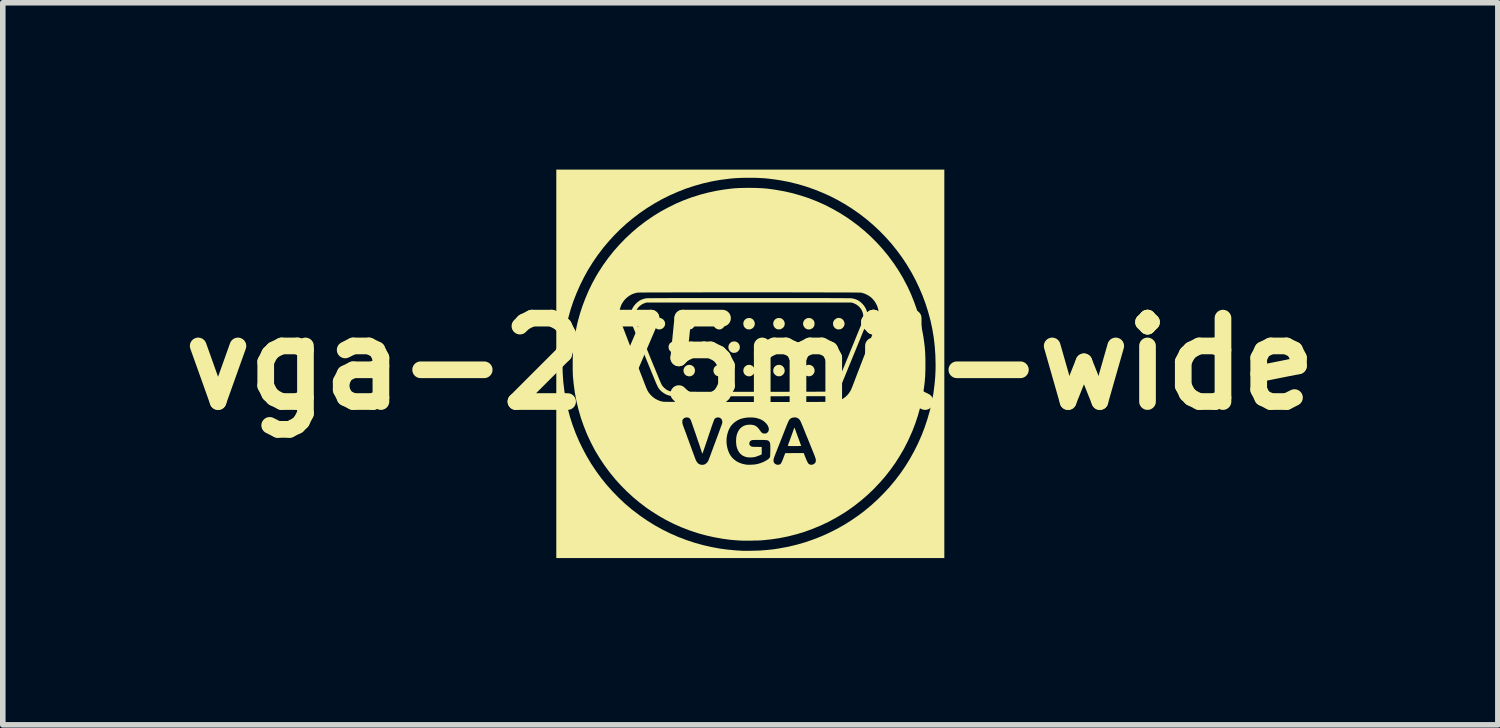
<source format=kicad_pcb>
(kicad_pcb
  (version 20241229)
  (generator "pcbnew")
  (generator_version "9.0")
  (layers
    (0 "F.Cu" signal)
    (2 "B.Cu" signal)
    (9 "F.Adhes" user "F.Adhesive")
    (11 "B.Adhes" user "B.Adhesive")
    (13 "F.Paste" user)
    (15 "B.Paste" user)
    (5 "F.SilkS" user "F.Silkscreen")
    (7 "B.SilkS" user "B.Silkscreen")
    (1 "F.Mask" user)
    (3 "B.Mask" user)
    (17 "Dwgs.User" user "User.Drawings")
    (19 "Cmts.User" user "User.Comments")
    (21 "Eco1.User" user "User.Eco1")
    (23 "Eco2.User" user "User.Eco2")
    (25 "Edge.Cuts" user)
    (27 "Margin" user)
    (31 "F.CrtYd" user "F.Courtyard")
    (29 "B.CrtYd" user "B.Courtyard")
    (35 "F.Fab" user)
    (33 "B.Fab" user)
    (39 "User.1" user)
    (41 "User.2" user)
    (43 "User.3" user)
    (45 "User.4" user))
  (footprint "vga-275mil-wide"
    (layer "F.Cu")
    (at 10.443 3.493)
    (property "Reference" "vga-275mil-wide" (at 0 0 0) (layer "F.SilkS") (effects (font (size 1.5 1.5) (thickness 0.3))))
    (attr board_only exclude_from_pos_files exclude_from_bom)
    (fp_poly (pts (xy -0.535 -0.822) (xy -0.513 -0.814) (xy -0.494 -0.801) (xy -0.477 -0.784) (xy -0.465 -0.763) (xy -0.458 -0.739) (xy -0.457 -0.726) (xy -0.46 -0.699) (xy -0.468 -0.676) (xy -0.482 -0.655) (xy -0.487 -0.65) (xy -0.51 -0.632) (xy -0.534 -0.621) (xy -0.56 -0.618) (xy -0.586 -0.622) (xy -0.606 -0.63) (xy -0.629 -0.645) (xy -0.647 -0.665) (xy -0.659 -0.687) (xy -0.664 -0.712) (xy -0.663 -0.738) (xy -0.656 -0.763) (xy -0.644 -0.782) (xy -0.626 -0.802) (xy -0.605 -0.815) (xy -0.582 -0.823) (xy -0.559 -0.825)) (stroke (width 0) (type solid)) (fill yes) (layer "F.SilkS"))
    (fp_poly (pts (xy -0.526 0.023) (xy -0.503 0.035) (xy -0.486 0.049) (xy -0.471 0.07) (xy -0.461 0.094) (xy -0.457 0.12) (xy -0.459 0.145) (xy -0.466 0.164) (xy -0.481 0.186) (xy -0.5 0.204) (xy -0.523 0.217) (xy -0.548 0.224) (xy -0.574 0.224) (xy -0.58 0.223) (xy -0.606 0.215) (xy -0.628 0.2) (xy -0.645 0.181) (xy -0.657 0.157) (xy -0.663 0.131) (xy -0.663 0.121) (xy -0.66 0.094) (xy -0.651 0.071) (xy -0.637 0.051) (xy -0.618 0.036) (xy -0.597 0.025) (xy -0.574 0.019) (xy -0.55 0.018)) (stroke (width 0) (type solid)) (fill yes) (layer "F.SilkS"))
    (fp_poly (pts (xy 0.008 -0.821) (xy 0.03 -0.811) (xy 0.05 -0.796) (xy 0.065 -0.776) (xy 0.076 -0.752) (xy 0.081 -0.725) (xy 0.081 -0.722) (xy 0.078 -0.696) (xy 0.068 -0.672) (xy 0.053 -0.652) (xy 0.034 -0.636) (xy 0.012 -0.625) (xy -0.012 -0.619) (xy -0.038 -0.619) (xy -0.058 -0.624) (xy -0.082 -0.636) (xy -0.101 -0.653) (xy -0.114 -0.673) (xy -0.123 -0.696) (xy -0.126 -0.72) (xy -0.124 -0.744) (xy -0.116 -0.767) (xy -0.103 -0.787) (xy -0.085 -0.805) (xy -0.069 -0.814) (xy -0.043 -0.823) (xy -0.017 -0.825)) (stroke (width 0) (type solid)) (fill yes) (layer "F.SilkS"))
    (fp_poly (pts (xy -0.27 -0.402) (xy -0.253 -0.397) (xy -0.228 -0.383) (xy -0.209 -0.364) (xy -0.196 -0.341) (xy -0.189 -0.315) (xy -0.189 -0.287) (xy -0.193 -0.267) (xy -0.201 -0.25) (xy -0.214 -0.233) (xy -0.23 -0.218) (xy -0.247 -0.207) (xy -0.269 -0.2) (xy -0.293 -0.197) (xy -0.317 -0.199) (xy -0.332 -0.204) (xy -0.356 -0.219) (xy -0.374 -0.237) (xy -0.386 -0.259) (xy -0.393 -0.282) (xy -0.394 -0.306) (xy -0.39 -0.33) (xy -0.38 -0.353) (xy -0.365 -0.373) (xy -0.344 -0.39) (xy -0.334 -0.395) (xy -0.315 -0.401) (xy -0.293 -0.403)) (stroke (width 0) (type solid)) (fill yes) (layer "F.SilkS"))
    (fp_poly (pts (xy 0.012 0.024) (xy 0.034 0.035) (xy 0.053 0.051) (xy 0.067 0.071) (xy 0.077 0.095) (xy 0.081 0.121) (xy 0.081 0.121) (xy 0.077 0.147) (xy 0.067 0.171) (xy 0.052 0.191) (xy 0.033 0.208) (xy 0.011 0.219) (xy -0.014 0.225) (xy -0.04 0.224) (xy -0.04 0.223) (xy -0.066 0.215) (xy -0.088 0.202) (xy -0.105 0.185) (xy -0.117 0.164) (xy -0.124 0.142) (xy -0.126 0.118) (xy -0.122 0.095) (xy -0.114 0.073) (xy -0.1 0.053) (xy -0.08 0.036) (xy -0.063 0.026) (xy -0.038 0.019) (xy -0.012 0.018)) (stroke (width 0) (type solid)) (fill yes) (layer "F.SilkS"))
    (fp_poly (pts (xy 0.273 -0.4) (xy 0.296 -0.391) (xy 0.316 -0.377) (xy 0.332 -0.358) (xy 0.342 -0.337) (xy 0.348 -0.314) (xy 0.349 -0.289) (xy 0.343 -0.265) (xy 0.331 -0.242) (xy 0.323 -0.23) (xy 0.303 -0.214) (xy 0.28 -0.202) (xy 0.254 -0.197) (xy 0.228 -0.198) (xy 0.204 -0.206) (xy 0.202 -0.207) (xy 0.184 -0.219) (xy 0.167 -0.234) (xy 0.154 -0.251) (xy 0.147 -0.267) (xy 0.143 -0.295) (xy 0.145 -0.322) (xy 0.153 -0.346) (xy 0.167 -0.368) (xy 0.186 -0.385) (xy 0.208 -0.397) (xy 0.235 -0.403) (xy 0.247 -0.403)) (stroke (width 0) (type solid)) (fill yes) (layer "F.SilkS"))
    (fp_poly (pts (xy 0.531 0.019) (xy 0.556 0.026) (xy 0.579 0.04) (xy 0.597 0.059) (xy 0.61 0.081) (xy 0.617 0.105) (xy 0.618 0.131) (xy 0.613 0.156) (xy 0.608 0.166) (xy 0.593 0.189) (xy 0.573 0.206) (xy 0.55 0.219) (xy 0.525 0.224) (xy 0.498 0.223) (xy 0.498 0.223) (xy 0.474 0.216) (xy 0.454 0.204) (xy 0.44 0.191) (xy 0.425 0.172) (xy 0.416 0.153) (xy 0.412 0.132) (xy 0.412 0.121) (xy 0.415 0.094) (xy 0.425 0.07) (xy 0.44 0.05) (xy 0.459 0.034) (xy 0.481 0.023) (xy 0.506 0.018)) (stroke (width 0) (type solid)) (fill yes) (layer "F.SilkS"))
    (fp_poly (pts (xy 0.546 -0.821) (xy 0.57 -0.81) (xy 0.59 -0.793) (xy 0.599 -0.782) (xy 0.612 -0.758) (xy 0.619 -0.733) (xy 0.618 -0.708) (xy 0.612 -0.683) (xy 0.599 -0.661) (xy 0.58 -0.642) (xy 0.56 -0.63) (xy 0.534 -0.62) (xy 0.507 -0.619) (xy 0.479 -0.624) (xy 0.478 -0.625) (xy 0.46 -0.634) (xy 0.443 -0.648) (xy 0.429 -0.665) (xy 0.419 -0.683) (xy 0.417 -0.688) (xy 0.412 -0.716) (xy 0.414 -0.743) (xy 0.422 -0.768) (xy 0.437 -0.79) (xy 0.456 -0.807) (xy 0.466 -0.813) (xy 0.493 -0.823) (xy 0.52 -0.825)) (stroke (width 0) (type solid)) (fill yes) (layer "F.SilkS"))
    (fp_poly (pts (xy 0.809 -0.401) (xy 0.829 -0.394) (xy 0.847 -0.382) (xy 0.853 -0.377) (xy 0.871 -0.357) (xy 0.882 -0.334) (xy 0.886 -0.309) (xy 0.885 -0.281) (xy 0.877 -0.255) (xy 0.862 -0.232) (xy 0.842 -0.214) (xy 0.835 -0.21) (xy 0.814 -0.201) (xy 0.79 -0.198) (xy 0.766 -0.199) (xy 0.744 -0.205) (xy 0.741 -0.206) (xy 0.719 -0.221) (xy 0.7 -0.24) (xy 0.687 -0.262) (xy 0.68 -0.287) (xy 0.68 -0.309) (xy 0.686 -0.336) (xy 0.699 -0.36) (xy 0.716 -0.379) (xy 0.738 -0.393) (xy 0.764 -0.401) (xy 0.785 -0.403)) (stroke (width 0) (type solid)) (fill yes) (layer "F.SilkS"))
    (fp_poly (pts (xy 1.076 0.02) (xy 1.098 0.028) (xy 1.12 0.043) (xy 1.137 0.062) (xy 1.149 0.083) (xy 1.155 0.107) (xy 1.156 0.131) (xy 1.151 0.154) (xy 1.141 0.176) (xy 1.125 0.195) (xy 1.104 0.211) (xy 1.099 0.214) (xy 1.075 0.222) (xy 1.052 0.225) (xy 1.029 0.221) (xy 1.028 0.221) (xy 1.002 0.211) (xy 0.98 0.195) (xy 0.964 0.175) (xy 0.953 0.149) (xy 0.949 0.123) (xy 0.952 0.096) (xy 0.963 0.07) (xy 0.963 0.069) (xy 0.98 0.047) (xy 1.001 0.031) (xy 1.024 0.021) (xy 1.05 0.017)) (stroke (width 0) (type solid)) (fill yes) (layer "F.SilkS"))
    (fp_poly (pts (xy -1.352 -0.403) (xy -1.327 -0.396) (xy -1.32 -0.392) (xy -1.296 -0.376) (xy -1.279 -0.355) (xy -1.268 -0.331) (xy -1.263 -0.305) (xy -1.264 -0.292) (xy -1.27 -0.266) (xy -1.282 -0.241) (xy -1.3 -0.221) (xy -1.323 -0.206) (xy -1.323 -0.206) (xy -1.336 -0.202) (xy -1.354 -0.199) (xy -1.373 -0.198) (xy -1.391 -0.199) (xy -1.402 -0.202) (xy -1.426 -0.215) (xy -1.445 -0.233) (xy -1.459 -0.254) (xy -1.468 -0.278) (xy -1.47 -0.302) (xy -1.467 -0.328) (xy -1.457 -0.352) (xy -1.446 -0.368) (xy -1.426 -0.386) (xy -1.403 -0.397) (xy -1.377 -0.403)) (stroke (width 0) (type solid)) (fill yes) (layer "F.SilkS"))
    (fp_poly (pts (xy -1.084 0.019) (xy -1.058 0.026) (xy -1.053 0.028) (xy -1.033 0.04) (xy -1.018 0.055) (xy -1.004 0.076) (xy -1.004 0.077) (xy -0.997 0.097) (xy -0.995 0.12) (xy -0.998 0.144) (xy -1.005 0.166) (xy -1.007 0.17) (xy -1.023 0.193) (xy -1.044 0.21) (xy -1.069 0.221) (xy -1.096 0.225) (xy -1.116 0.223) (xy -1.141 0.216) (xy -1.164 0.202) (xy -1.182 0.183) (xy -1.194 0.16) (xy -1.201 0.135) (xy -1.202 0.121) (xy -1.199 0.095) (xy -1.189 0.071) (xy -1.174 0.051) (xy -1.155 0.035) (xy -1.133 0.024) (xy -1.109 0.018)) (stroke (width 0) (type solid)) (fill yes) (layer "F.SilkS"))
    (fp_poly (pts (xy 1.076 -0.823) (xy 1.1 -0.814) (xy 1.12 -0.8) (xy 1.137 -0.783) (xy 1.147 -0.766) (xy 1.153 -0.748) (xy 1.155 -0.724) (xy 1.155 -0.722) (xy 1.153 -0.698) (xy 1.147 -0.678) (xy 1.137 -0.661) (xy 1.126 -0.648) (xy 1.106 -0.633) (xy 1.082 -0.623) (xy 1.057 -0.618) (xy 1.032 -0.62) (xy 1.024 -0.622) (xy 1 -0.632) (xy 0.98 -0.649) (xy 0.964 -0.669) (xy 0.953 -0.693) (xy 0.949 -0.718) (xy 0.949 -0.732) (xy 0.956 -0.759) (xy 0.968 -0.781) (xy 0.985 -0.8) (xy 1.005 -0.813) (xy 1.027 -0.822) (xy 1.052 -0.825)) (stroke (width 0) (type solid)) (fill yes) (layer "F.SilkS"))
    (fp_poly (pts (xy -0.803 -0.4) (xy -0.78 -0.391) (xy -0.76 -0.377) (xy -0.744 -0.359) (xy -0.733 -0.338) (xy -0.726 -0.315) (xy -0.726 -0.291) (xy -0.731 -0.267) (xy -0.742 -0.244) (xy -0.752 -0.232) (xy -0.774 -0.213) (xy -0.798 -0.202) (xy -0.825 -0.198) (xy -0.829 -0.198) (xy -0.843 -0.198) (xy -0.856 -0.2) (xy -0.862 -0.201) (xy -0.885 -0.212) (xy -0.905 -0.228) (xy -0.919 -0.249) (xy -0.929 -0.274) (xy -0.932 -0.3) (xy -0.932 -0.309) (xy -0.927 -0.335) (xy -0.916 -0.358) (xy -0.899 -0.377) (xy -0.88 -0.391) (xy -0.861 -0.399) (xy -0.838 -0.403) (xy -0.83 -0.403)) (stroke (width 0) (type solid)) (fill yes) (layer "F.SilkS"))
    (fp_poly (pts (xy 1.35 -0.4) (xy 1.374 -0.39) (xy 1.395 -0.374) (xy 1.4 -0.368) (xy 1.415 -0.345) (xy 1.423 -0.321) (xy 1.425 -0.296) (xy 1.421 -0.271) (xy 1.411 -0.248) (xy 1.395 -0.228) (xy 1.375 -0.211) (xy 1.356 -0.202) (xy 1.343 -0.199) (xy 1.326 -0.198) (xy 1.307 -0.198) (xy 1.292 -0.201) (xy 1.287 -0.202) (xy 1.27 -0.211) (xy 1.252 -0.224) (xy 1.238 -0.24) (xy 1.235 -0.243) (xy 1.223 -0.268) (xy 1.218 -0.294) (xy 1.219 -0.319) (xy 1.227 -0.343) (xy 1.241 -0.365) (xy 1.261 -0.384) (xy 1.274 -0.392) (xy 1.299 -0.401) (xy 1.324 -0.404)) (stroke (width 0) (type solid)) (fill yes) (layer "F.SilkS"))
    (fp_poly (pts (xy 1.616 -0.823) (xy 1.64 -0.813) (xy 1.661 -0.798) (xy 1.677 -0.778) (xy 1.689 -0.754) (xy 1.695 -0.729) (xy 1.695 -0.72) (xy 1.692 -0.697) (xy 1.682 -0.674) (xy 1.667 -0.653) (xy 1.648 -0.636) (xy 1.634 -0.627) (xy 1.622 -0.623) (xy 1.606 -0.621) (xy 1.588 -0.619) (xy 1.572 -0.62) (xy 1.562 -0.621) (xy 1.537 -0.633) (xy 1.516 -0.65) (xy 1.5 -0.671) (xy 1.49 -0.695) (xy 1.487 -0.721) (xy 1.49 -0.748) (xy 1.492 -0.755) (xy 1.504 -0.777) (xy 1.52 -0.797) (xy 1.541 -0.812) (xy 1.565 -0.823) (xy 1.59 -0.827) (xy 1.591 -0.827)) (stroke (width 0) (type solid)) (fill yes) (layer "F.SilkS"))
    (fp_poly (pts (xy -1.612 -0.823) (xy -1.588 -0.813) (xy -1.567 -0.798) (xy -1.55 -0.778) (xy -1.538 -0.756) (xy -1.538 -0.755) (xy -1.533 -0.733) (xy -1.533 -0.709) (xy -1.538 -0.687) (xy -1.542 -0.678) (xy -1.553 -0.661) (xy -1.569 -0.645) (xy -1.586 -0.632) (xy -1.591 -0.629) (xy -1.605 -0.624) (xy -1.623 -0.62) (xy -1.641 -0.619) (xy -1.658 -0.62) (xy -1.665 -0.621) (xy -1.688 -0.633) (xy -1.709 -0.649) (xy -1.725 -0.669) (xy -1.736 -0.692) (xy -1.741 -0.716) (xy -1.741 -0.72) (xy -1.737 -0.746) (xy -1.727 -0.77) (xy -1.712 -0.791) (xy -1.693 -0.808) (xy -1.67 -0.82) (xy -1.645 -0.826) (xy -1.636 -0.827)) (stroke (width 0) (type solid)) (fill yes) (layer "F.SilkS"))
    (fp_poly (pts (xy -1.069 -0.821) (xy -1.046 -0.811) (xy -1.025 -0.795) (xy -1.009 -0.773) (xy -1.006 -0.769) (xy -0.997 -0.742) (xy -0.995 -0.716) (xy -1 -0.69) (xy -1.012 -0.666) (xy -1.02 -0.655) (xy -1.039 -0.637) (xy -1.058 -0.626) (xy -1.081 -0.62) (xy -1.094 -0.619) (xy -1.11 -0.619) (xy -1.122 -0.62) (xy -1.134 -0.624) (xy -1.14 -0.627) (xy -1.164 -0.643) (xy -1.184 -0.664) (xy -1.192 -0.676) (xy -1.196 -0.687) (xy -1.199 -0.699) (xy -1.2 -0.715) (xy -1.2 -0.722) (xy -1.199 -0.746) (xy -1.193 -0.766) (xy -1.183 -0.782) (xy -1.167 -0.799) (xy -1.166 -0.799) (xy -1.144 -0.815) (xy -1.119 -0.823) (xy -1.094 -0.825)) (stroke (width 0) (type solid)) (fill yes) (layer "F.SilkS"))
    (fp_poly (pts (xy 0.796 1.152) (xy 0.8 1.16) (xy 0.801 1.165) (xy 0.804 1.172) (xy 0.809 1.185) (xy 0.816 1.204) (xy 0.824 1.227) (xy 0.834 1.254) (xy 0.845 1.284) (xy 0.856 1.316) (xy 0.861 1.327) (xy 0.872 1.358) (xy 0.883 1.388) (xy 0.892 1.414) (xy 0.9 1.437) (xy 0.907 1.455) (xy 0.911 1.468) (xy 0.914 1.475) (xy 0.914 1.476) (xy 0.91 1.477) (xy 0.9 1.477) (xy 0.884 1.478) (xy 0.863 1.478) (xy 0.838 1.479) (xy 0.81 1.479) (xy 0.794 1.479) (xy 0.761 1.479) (xy 0.734 1.479) (xy 0.713 1.478) (xy 0.697 1.478) (xy 0.686 1.477) (xy 0.68 1.476) (xy 0.676 1.475) (xy 0.675 1.474) (xy 0.675 1.474) (xy 0.676 1.468) (xy 0.68 1.457) (xy 0.685 1.443) (xy 0.686 1.439) (xy 0.69 1.428) (xy 0.696 1.412) (xy 0.704 1.391) (xy 0.713 1.366) (xy 0.722 1.339) (xy 0.733 1.31) (xy 0.744 1.28) (xy 0.754 1.252) (xy 0.764 1.225) (xy 0.772 1.201) (xy 0.779 1.181) (xy 0.784 1.169) (xy 0.788 1.158) (xy 0.791 1.151) (xy 0.793 1.149)) (stroke (width 0) (type solid)) (fill yes) (layer "F.SilkS"))
    (fp_poly (pts (xy 3.489 0) (xy 3.489 3.493) (xy 0 3.493) (xy -3.489 3.493) (xy -3.489 0.008) (xy -3.378 0.008) (xy -3.374 0.169) (xy -3.363 0.328) (xy -3.344 0.485) (xy -3.319 0.641) (xy -3.285 0.795) (xy -3.245 0.947) (xy -3.197 1.098) (xy -3.142 1.246) (xy -3.079 1.393) (xy -3.02 1.515) (xy -2.945 1.656) (xy -2.864 1.793) (xy -2.776 1.925) (xy -2.683 2.053) (xy -2.583 2.177) (xy -2.477 2.295) (xy -2.366 2.409) (xy -2.25 2.518) (xy -2.128 2.621) (xy -2.108 2.636) (xy -1.982 2.732) (xy -1.852 2.821) (xy -1.718 2.904) (xy -1.581 2.98) (xy -1.44 3.05) (xy -1.296 3.113) (xy -1.149 3.169) (xy -1 3.218) (xy -0.849 3.26) (xy -0.696 3.295) (xy -0.542 3.323) (xy -0.409 3.341) (xy -0.382 3.343) (xy -0.35 3.346) (xy -0.314 3.35) (xy -0.277 3.353) (xy -0.239 3.356) (xy -0.203 3.358) (xy -0.172 3.36) (xy -0.152 3.361) (xy -0.132 3.362) (xy -0.106 3.362) (xy -0.075 3.362) (xy -0.04 3.362) (xy -0.003 3.362) (xy 0.035 3.361) (xy 0.074 3.36) (xy 0.111 3.359) (xy 0.146 3.358) (xy 0.177 3.357) (xy 0.203 3.355) (xy 0.218 3.354) (xy 0.268 3.35) (xy 0.312 3.346) (xy 0.353 3.342) (xy 0.391 3.338) (xy 0.43 3.333) (xy 0.471 3.327) (xy 0.515 3.32) (xy 0.525 3.318) (xy 0.678 3.29) (xy 0.829 3.254) (xy 0.979 3.211) (xy 1.126 3.161) (xy 1.272 3.104) (xy 1.415 3.04) (xy 1.554 2.97) (xy 1.691 2.893) (xy 1.824 2.809) (xy 1.953 2.72) (xy 2.063 2.636) (xy 2.179 2.539) (xy 2.292 2.436) (xy 2.401 2.327) (xy 2.505 2.214) (xy 2.602 2.098) (xy 2.606 2.093) (xy 2.701 1.968) (xy 2.79 1.838) (xy 2.872 1.705) (xy 2.948 1.568) (xy 3.018 1.427) (xy 3.081 1.284) (xy 3.137 1.138) (xy 3.186 0.99) (xy 3.229 0.84) (xy 3.264 0.688) (xy 3.292 0.534) (xy 3.312 0.38) (xy 3.312 0.377) (xy 3.319 0.307) (xy 3.325 0.241) (xy 3.328 0.177) (xy 3.331 0.113) (xy 3.332 0.046) (xy 3.332 0.008) (xy 3.328 -0.153) (xy 3.317 -0.313) (xy 3.299 -0.47) (xy 3.273 -0.626) (xy 3.24 -0.78) (xy 3.199 -0.932) (xy 3.151 -1.083) (xy 3.096 -1.231) (xy 3.033 -1.378) (xy 2.975 -1.5) (xy 2.9 -1.641) (xy 2.818 -1.778) (xy 2.731 -1.91) (xy 2.637 -2.038) (xy 2.538 -2.161) (xy 2.433 -2.279) (xy 2.322 -2.393) (xy 2.206 -2.501) (xy 2.085 -2.604) (xy 1.958 -2.701) (xy 1.826 -2.793) (xy 1.826 -2.793) (xy 1.695 -2.875) (xy 1.56 -2.952) (xy 1.422 -3.022) (xy 1.28 -3.085) (xy 1.135 -3.142) (xy 0.988 -3.193) (xy 0.839 -3.236) (xy 0.69 -3.272) (xy 0.539 -3.301) (xy 0.525 -3.303) (xy 0.452 -3.314) (xy 0.384 -3.323) (xy 0.319 -3.331) (xy 0.255 -3.337) (xy 0.191 -3.341) (xy 0.124 -3.344) (xy 0.054 -3.346) (xy -0.022 -3.346) (xy -0.023 -3.346) (xy -0.078 -3.346) (xy -0.126 -3.345) (xy -0.171 -3.344) (xy -0.213 -3.342) (xy -0.254 -3.34) (xy -0.296 -3.337) (xy -0.339 -3.333) (xy -0.387 -3.328) (xy -0.392 -3.327) (xy -0.548 -3.307) (xy -0.703 -3.279) (xy -0.855 -3.244) (xy -1.006 -3.201) (xy -1.155 -3.152) (xy -1.301 -3.095) (xy -1.445 -3.032) (xy -1.586 -2.962) (xy -1.723 -2.885) (xy -1.857 -2.802) (xy -1.987 -2.713) (xy -2.108 -2.621) (xy -2.225 -2.524) (xy -2.338 -2.421) (xy -2.447 -2.312) (xy -2.55 -2.199) (xy -2.648 -2.083) (xy -2.651 -2.078) (xy -2.746 -1.953) (xy -2.835 -1.823) (xy -2.918 -1.69) (xy -2.994 -1.552) (xy -3.063 -1.412) (xy -3.126 -1.269) (xy -3.183 -1.123) (xy -3.232 -0.975) (xy -3.274 -0.824) (xy -3.309 -0.672) (xy -3.337 -0.519) (xy -3.357 -0.365) (xy -3.358 -0.362) (xy -3.365 -0.292) (xy -3.37 -0.226) (xy -3.374 -0.162) (xy -3.376 -0.098) (xy -3.377 -0.031) (xy -3.378 0.008) (xy -3.489 0.008) (xy -3.489 0) (xy -3.489 -3.493) (xy 0 -3.493) (xy 3.489 -3.493)) (stroke (width 0) (type solid)) (fill yes) (layer "F.SilkS"))
    (fp_poly (pts (xy 0.251 -1.183) (xy 0.377 -1.183) (xy 0.496 -1.183) (xy 0.609 -1.183) (xy 0.714 -1.183) (xy 0.814 -1.183) (xy 0.907 -1.183) (xy 0.994 -1.183) (xy 1.076 -1.183) (xy 1.152 -1.183) (xy 1.222 -1.183) (xy 1.288 -1.183) (xy 1.348 -1.183) (xy 1.404 -1.183) (xy 1.455 -1.182) (xy 1.502 -1.182) (xy 1.545 -1.182) (xy 1.584 -1.182) (xy 1.619 -1.182) (xy 1.65 -1.182) (xy 1.678 -1.181) (xy 1.704 -1.181) (xy 1.726 -1.181) (xy 1.745 -1.181) (xy 1.762 -1.18) (xy 1.777 -1.18) (xy 1.789 -1.18) (xy 1.8 -1.18) (xy 1.809 -1.179) (xy 1.817 -1.179) (xy 1.823 -1.178) (xy 1.828 -1.178) (xy 1.832 -1.177) (xy 1.836 -1.177) (xy 1.839 -1.176) (xy 1.841 -1.176) (xy 1.886 -1.164) (xy 1.926 -1.148) (xy 1.962 -1.126) (xy 1.997 -1.098) (xy 2.012 -1.083) (xy 2.046 -1.044) (xy 2.072 -1.002) (xy 2.092 -0.958) (xy 2.105 -0.911) (xy 2.111 -0.862) (xy 2.109 -0.813) (xy 2.101 -0.765) (xy 2.097 -0.753) (xy 2.091 -0.735) (xy 2.083 -0.713) (xy 2.074 -0.69) (xy 2.064 -0.665) (xy 2.062 -0.659) (xy 2.051 -0.633) (xy 2.039 -0.605) (xy 2.028 -0.579) (xy 2.019 -0.555) (xy 2.011 -0.536) (xy 2.01 -0.535) (xy 2.001 -0.511) (xy 1.99 -0.485) (xy 1.98 -0.459) (xy 1.973 -0.442) (xy 1.967 -0.427) (xy 1.958 -0.407) (xy 1.948 -0.382) (xy 1.936 -0.353) (xy 1.924 -0.323) (xy 1.911 -0.292) (xy 1.903 -0.271) (xy 1.87 -0.191) (xy 1.84 -0.118) (xy 1.813 -0.051) (xy 1.788 0.009) (xy 1.765 0.064) (xy 1.745 0.114) (xy 1.727 0.158) (xy 1.711 0.197) (xy 1.697 0.232) (xy 1.684 0.262) (xy 1.673 0.289) (xy 1.664 0.311) (xy 1.656 0.331) (xy 1.649 0.347) (xy 1.643 0.361) (xy 1.638 0.372) (xy 1.634 0.381) (xy 1.631 0.388) (xy 1.629 0.394) (xy 1.627 0.398) (xy 1.625 0.402) (xy 1.625 0.402) (xy 1.612 0.424) (xy 1.595 0.447) (xy 1.576 0.471) (xy 1.556 0.492) (xy 1.543 0.504) (xy 1.506 0.53) (xy 1.465 0.552) (xy 1.422 0.569) (xy 1.412 0.572) (xy 1.375 0.582) (xy -0.008 0.583) (xy -0.11 0.583) (xy -0.21 0.583) (xy -0.308 0.583) (xy -0.404 0.583) (xy -0.497 0.583) (xy -0.588 0.583) (xy -0.675 0.582) (xy -0.758 0.582) (xy -0.838 0.582) (xy -0.914 0.582) (xy -0.986 0.582) (xy -1.053 0.582) (xy -1.115 0.582) (xy -1.172 0.582) (xy -1.224 0.581) (xy -1.27 0.581) (xy -1.31 0.581) (xy -1.344 0.581) (xy -1.372 0.581) (xy -1.393 0.58) (xy -1.407 0.58) (xy -1.413 0.58) (xy -1.414 0.58) (xy -1.46 0.57) (xy -1.505 0.555) (xy -1.547 0.533) (xy -1.586 0.506) (xy -1.619 0.475) (xy -1.628 0.464) (xy -1.634 0.457) (xy -1.64 0.45) (xy -1.645 0.443) (xy -1.65 0.437) (xy -1.655 0.429) (xy -1.66 0.42) (xy -1.665 0.41) (xy -1.671 0.397) (xy -1.678 0.382) (xy -1.687 0.364) (xy -1.696 0.343) (xy -1.707 0.317) (xy -1.719 0.287) (xy -1.733 0.253) (xy -1.75 0.212) (xy -1.769 0.167) (xy -1.79 0.114) (xy -1.805 0.078) (xy -1.837 0.000025) (xy -1.867 -0.072) (xy -1.894 -0.139) (xy -1.919 -0.199) (xy -1.941 -0.254) (xy -1.961 -0.302) (xy -1.978 -0.345) (xy -1.993 -0.38) (xy -2.005 -0.41) (xy -2.014 -0.432) (xy -2.018 -0.442) (xy -2.027 -0.465) (xy -2.038 -0.491) (xy -2.049 -0.517) (xy -2.056 -0.535) (xy -2.063 -0.553) (xy -2.073 -0.577) (xy -2.084 -0.603) (xy -2.095 -0.631) (xy -2.106 -0.657) (xy -2.107 -0.659) (xy -2.124 -0.701) (xy -2.137 -0.737) (xy -2.146 -0.769) (xy -2.153 -0.798) (xy -2.156 -0.825) (xy -2.157 -0.848) (xy -2.079 -0.848) (xy -2.078 -0.832) (xy -2.076 -0.815) (xy -2.072 -0.797) (xy -2.066 -0.776) (xy -2.058 -0.752) (xy -2.047 -0.723) (xy -2.034 -0.69) (xy -2.018 -0.651) (xy -2.008 -0.626) (xy -2 -0.606) (xy -1.99 -0.581) (xy -1.978 -0.553) (xy -1.967 -0.525) (xy -1.956 -0.498) (xy -1.955 -0.497) (xy -1.945 -0.472) (xy -1.933 -0.443) (xy -1.92 -0.41) (xy -1.905 -0.374) (xy -1.889 -0.335) (xy -1.872 -0.294) (xy -1.855 -0.252) (xy -1.837 -0.209) (xy -1.82 -0.166) (xy -1.803 -0.124) (xy -1.786 -0.083) (xy -1.77 -0.044) (xy -1.755 -0.007) (xy -1.741 0.027) (xy -1.729 0.056) (xy -1.718 0.081) (xy -1.71 0.101) (xy -1.704 0.116) (xy -1.701 0.123) (xy -1.696 0.135) (xy -1.689 0.153) (xy -1.68 0.175) (xy -1.669 0.2) (xy -1.659 0.226) (xy -1.65 0.248) (xy -1.635 0.284) (xy -1.623 0.313) (xy -1.612 0.337) (xy -1.603 0.357) (xy -1.595 0.373) (xy -1.587 0.387) (xy -1.578 0.398) (xy -1.57 0.409) (xy -1.56 0.42) (xy -1.553 0.427) (xy -1.52 0.456) (xy -1.485 0.477) (xy -1.447 0.492) (xy -1.406 0.5) (xy -1.405 0.501) (xy -1.4 0.501) (xy -1.387 0.501) (xy -1.367 0.501) (xy -1.34 0.501) (xy -1.307 0.502) (xy -1.268 0.502) (xy -1.223 0.502) (xy -1.172 0.502) (xy -1.116 0.502) (xy -1.054 0.502) (xy -0.988 0.502) (xy -0.917 0.503) (xy -0.842 0.503) (xy -0.763 0.503) (xy -0.679 0.503) (xy -0.593 0.503) (xy -0.503 0.503) (xy -0.411 0.503) (xy -0.315 0.503) (xy -0.217 0.503) (xy -0.117 0.503) (xy -0.016 0.503) (xy -0.006 0.503) (xy 0.116 0.503) (xy 0.23 0.503) (xy 0.337 0.503) (xy 0.437 0.503) (xy 0.531 0.503) (xy 0.618 0.503) (xy 0.699 0.502) (xy 0.774 0.502) (xy 0.843 0.502) (xy 0.907 0.502) (xy 0.966 0.502) (xy 1.019 0.502) (xy 1.068 0.502) (xy 1.112 0.502) (xy 1.152 0.502) (xy 1.188 0.501) (xy 1.22 0.501) (xy 1.248 0.501) (xy 1.273 0.501) (xy 1.295 0.5) (xy 1.313 0.5) (xy 1.329 0.5) (xy 1.343 0.5) (xy 1.355 0.499) (xy 1.364 0.499) (xy 1.372 0.498) (xy 1.378 0.498) (xy 1.383 0.497) (xy 1.387 0.497) (xy 1.39 0.496) (xy 1.392 0.496) (xy 1.394 0.495) (xy 1.435 0.479) (xy 1.473 0.456) (xy 1.507 0.427) (xy 1.507 0.427) (xy 1.518 0.416) (xy 1.528 0.405) (xy 1.536 0.394) (xy 1.544 0.382) (xy 1.552 0.367) (xy 1.561 0.35) (xy 1.571 0.329) (xy 1.582 0.303) (xy 1.595 0.271) (xy 1.604 0.248) (xy 1.615 0.221) (xy 1.626 0.195) (xy 1.636 0.17) (xy 1.645 0.149) (xy 1.652 0.132) (xy 1.655 0.123) (xy 1.659 0.115) (xy 1.665 0.101) (xy 1.673 0.08) (xy 1.684 0.055) (xy 1.696 0.025) (xy 1.71 -0.009) (xy 1.725 -0.046) (xy 1.741 -0.085) (xy 1.758 -0.127) (xy 1.776 -0.169) (xy 1.793 -0.213) (xy 1.811 -0.256) (xy 1.829 -0.299) (xy 1.846 -0.341) (xy 1.862 -0.38) (xy 1.877 -0.417) (xy 1.891 -0.451) (xy 1.903 -0.482) (xy 1.91 -0.497) (xy 1.92 -0.524) (xy 1.932 -0.552) (xy 1.943 -0.58) (xy 1.954 -0.605) (xy 1.962 -0.625) (xy 1.962 -0.626) (xy 1.98 -0.668) (xy 1.995 -0.705) (xy 2.007 -0.736) (xy 2.016 -0.763) (xy 2.023 -0.785) (xy 2.028 -0.805) (xy 2.032 -0.823) (xy 2.033 -0.839) (xy 2.033 -0.855) (xy 2.031 -0.871) (xy 2.029 -0.888) (xy 2.027 -0.898) (xy 2.015 -0.939) (xy 1.997 -0.977) (xy 1.972 -1.011) (xy 1.943 -1.041) (xy 1.908 -1.066) (xy 1.871 -1.085) (xy 1.856 -1.091) (xy 1.822 -1.102) (xy -0.023 -1.102) (xy -1.868 -1.102) (xy -1.902 -1.091) (xy -1.941 -1.074) (xy -1.976 -1.051) (xy -2.007 -1.023) (xy -2.034 -0.99) (xy -2.054 -0.953) (xy -2.069 -0.913) (xy -2.072 -0.898) (xy -2.076 -0.88) (xy -2.078 -0.864) (xy -2.079 -0.848) (xy -2.157 -0.848) (xy -2.157 -0.851) (xy -2.156 -0.877) (xy -2.154 -0.89) (xy -2.143 -0.94) (xy -2.126 -0.986) (xy -2.101 -1.03) (xy -2.07 -1.07) (xy -2.057 -1.083) (xy -2.023 -1.114) (xy -1.988 -1.139) (xy -1.95 -1.157) (xy -1.907 -1.171) (xy -1.887 -1.176) (xy -1.884 -1.176) (xy -1.881 -1.177) (xy -1.877 -1.177) (xy -1.873 -1.178) (xy -1.868 -1.178) (xy -1.861 -1.179) (xy -1.854 -1.179) (xy -1.845 -1.18) (xy -1.834 -1.18) (xy -1.821 -1.18) (xy -1.806 -1.181) (xy -1.789 -1.181) (xy -1.769 -1.181) (xy -1.747 -1.181) (xy -1.722 -1.181) (xy -1.693 -1.182) (xy -1.661 -1.182) (xy -1.626 -1.182) (xy -1.587 -1.182) (xy -1.544 -1.182) (xy -1.496 -1.182) (xy -1.445 -1.183) (xy -1.389 -1.183) (xy -1.328 -1.183) (xy -1.262 -1.183) (xy -1.191 -1.183) (xy -1.114 -1.183) (xy -1.033 -1.183) (xy -0.945 -1.183) (xy -0.851 -1.183) (xy -0.751 -1.183) (xy -0.645 -1.183) (xy -0.532 -1.183) (xy -0.412 -1.183) (xy -0.286 -1.183) (xy -0.152 -1.183) (xy -0.023 -1.183) (xy 0.118 -1.183)) (stroke (width 0) (type solid)) (fill yes) (layer "F.SilkS"))
    (fp_poly (pts (xy 0.041 -3.164) (xy 0.099 -3.163) (xy 0.152 -3.161) (xy 0.202 -3.159) (xy 0.25 -3.155) (xy 0.299 -3.151) (xy 0.349 -3.145) (xy 0.403 -3.138) (xy 0.455 -3.13) (xy 0.607 -3.103) (xy 0.758 -3.069) (xy 0.906 -3.027) (xy 1.052 -2.979) (xy 1.195 -2.923) (xy 1.335 -2.861) (xy 1.472 -2.791) (xy 1.606 -2.715) (xy 1.737 -2.632) (xy 1.822 -2.573) (xy 1.945 -2.481) (xy 2.063 -2.383) (xy 2.176 -2.279) (xy 2.284 -2.17) (xy 2.387 -2.056) (xy 2.484 -1.937) (xy 2.575 -1.814) (xy 2.66 -1.687) (xy 2.738 -1.557) (xy 2.755 -1.526) (xy 2.827 -1.389) (xy 2.892 -1.248) (xy 2.949 -1.105) (xy 3 -0.96) (xy 3.043 -0.812) (xy 3.08 -0.663) (xy 3.108 -0.512) (xy 3.115 -0.47) (xy 3.123 -0.413) (xy 3.13 -0.36) (xy 3.136 -0.31) (xy 3.14 -0.261) (xy 3.144 -0.212) (xy 3.146 -0.162) (xy 3.148 -0.109) (xy 3.149 -0.051) (xy 3.149 0.008) (xy 3.149 0.071) (xy 3.148 0.129) (xy 3.146 0.182) (xy 3.144 0.232) (xy 3.14 0.28) (xy 3.136 0.329) (xy 3.13 0.379) (xy 3.123 0.433) (xy 3.115 0.485) (xy 3.089 0.636) (xy 3.055 0.783) (xy 3.015 0.927) (xy 2.968 1.069) (xy 2.914 1.21) (xy 2.852 1.349) (xy 2.833 1.39) (xy 2.764 1.525) (xy 2.689 1.654) (xy 2.61 1.778) (xy 2.525 1.898) (xy 2.435 2.014) (xy 2.338 2.126) (xy 2.234 2.236) (xy 2.22 2.251) (xy 2.112 2.354) (xy 2.001 2.45) (xy 1.887 2.541) (xy 1.769 2.626) (xy 1.677 2.687) (xy 1.543 2.767) (xy 1.407 2.841) (xy 1.267 2.907) (xy 1.125 2.966) (xy 0.98 3.019) (xy 0.833 3.064) (xy 0.684 3.102) (xy 0.532 3.133) (xy 0.379 3.156) (xy 0.224 3.172) (xy 0.201 3.174) (xy 0.184 3.175) (xy 0.162 3.176) (xy 0.134 3.177) (xy 0.103 3.178) (xy 0.069 3.178) (xy 0.034 3.179) (xy -0.001 3.18) (xy -0.035 3.18) (xy -0.067 3.18) (xy -0.096 3.18) (xy -0.121 3.18) (xy -0.139 3.18) (xy -0.148 3.179) (xy -0.198 3.177) (xy -0.242 3.174) (xy -0.282 3.171) (xy -0.317 3.168) (xy -0.351 3.165) (xy -0.384 3.161) (xy -0.417 3.157) (xy -0.452 3.152) (xy -0.49 3.147) (xy -0.501 3.145) (xy -0.653 3.118) (xy -0.803 3.084) (xy -0.951 3.043) (xy -1.097 2.994) (xy -1.24 2.939) (xy -1.381 2.876) (xy -1.518 2.807) (xy -1.652 2.73) (xy -1.783 2.647) (xy -1.868 2.589) (xy -1.99 2.496) (xy -2.108 2.398) (xy -2.221 2.294) (xy -2.329 2.185) (xy -2.432 2.071) (xy -2.529 1.952) (xy -2.62 1.829) (xy -2.705 1.702) (xy -2.784 1.572) (xy -2.801 1.542) (xy -2.873 1.403) (xy -2.938 1.263) (xy -2.995 1.119) (xy -3.023 1.04) (xy -1.223 1.04) (xy -1.223 1.044) (xy -1.222 1.057) (xy -1.221 1.068) (xy -1.219 1.079) (xy -1.215 1.092) (xy -1.21 1.109) (xy -1.201 1.131) (xy -1.201 1.132) (xy -1.195 1.149) (xy -1.186 1.173) (xy -1.176 1.2) (xy -1.164 1.231) (xy -1.152 1.264) (xy -1.14 1.297) (xy -1.133 1.318) (xy -1.119 1.354) (xy -1.105 1.393) (xy -1.09 1.434) (xy -1.075 1.475) (xy -1.061 1.512) (xy -1.049 1.546) (xy -1.046 1.555) (xy -1.035 1.584) (xy -1.024 1.613) (xy -1.014 1.64) (xy -1.005 1.665) (xy -0.998 1.685) (xy -0.993 1.7) (xy -0.992 1.701) (xy -0.978 1.736) (xy -0.962 1.763) (xy -0.945 1.785) (xy -0.926 1.8) (xy -0.904 1.81) (xy -0.902 1.811) (xy -0.876 1.816) (xy -0.848 1.815) (xy -0.828 1.811) (xy -0.808 1.801) (xy -0.788 1.786) (xy -0.77 1.767) (xy -0.759 1.749) (xy -0.755 1.739) (xy -0.748 1.724) (xy -0.74 1.703) (xy -0.731 1.68) (xy -0.722 1.655) (xy -0.717 1.644) (xy -0.708 1.618) (xy -0.697 1.587) (xy -0.684 1.553) (xy -0.671 1.517) (xy -0.658 1.481) (xy -0.645 1.447) (xy -0.643 1.443) (xy -0.623 1.389) (xy -0.623 1.387) (xy -0.428 1.387) (xy -0.426 1.435) (xy -0.419 1.483) (xy -0.408 1.531) (xy -0.393 1.575) (xy -0.375 1.616) (xy -0.356 1.648) (xy -0.324 1.69) (xy -0.286 1.725) (xy -0.244 1.755) (xy -0.196 1.779) (xy -0.143 1.798) (xy -0.086 1.81) (xy -0.061 1.814) (xy -0.044 1.815) (xy -0.022 1.815) (xy 0.004 1.815) (xy 0.032 1.813) (xy 0.059 1.811) (xy 0.084 1.809) (xy 0.104 1.806) (xy 0.107 1.805) (xy 0.144 1.797) (xy 0.18 1.786) (xy 0.215 1.773) (xy 0.249 1.758) (xy 0.279 1.742) (xy 0.286 1.738) (xy 0.417 1.738) (xy 0.418 1.754) (xy 0.42 1.765) (xy 0.426 1.775) (xy 0.427 1.777) (xy 0.436 1.789) (xy 0.445 1.798) (xy 0.457 1.805) (xy 0.465 1.809) (xy 0.483 1.815) (xy 0.505 1.815) (xy 0.525 1.811) (xy 0.536 1.806) (xy 0.543 1.8) (xy 0.55 1.792) (xy 0.557 1.781) (xy 0.565 1.765) (xy 0.574 1.745) (xy 0.585 1.719) (xy 0.597 1.687) (xy 0.602 1.674) (xy 0.628 1.606) (xy 0.794 1.605) (xy 0.96 1.604) (xy 0.965 1.616) (xy 0.968 1.624) (xy 0.974 1.638) (xy 0.98 1.655) (xy 0.988 1.674) (xy 0.99 1.68) (xy 1.003 1.713) (xy 1.016 1.741) (xy 1.027 1.765) (xy 1.037 1.783) (xy 1.046 1.795) (xy 1.047 1.796) (xy 1.066 1.809) (xy 1.088 1.815) (xy 1.111 1.815) (xy 1.13 1.809) (xy 1.152 1.795) (xy 1.168 1.779) (xy 1.176 1.759) (xy 1.179 1.736) (xy 1.178 1.729) (xy 1.178 1.722) (xy 1.176 1.714) (xy 1.174 1.705) (xy 1.171 1.695) (xy 1.167 1.682) (xy 1.161 1.666) (xy 1.153 1.645) (xy 1.144 1.621) (xy 1.131 1.591) (xy 1.117 1.554) (xy 1.113 1.545) (xy 1.088 1.483) (xy 1.065 1.426) (xy 1.044 1.374) (xy 1.024 1.325) (xy 1.004 1.277) (xy 0.985 1.229) (xy 0.965 1.179) (xy 0.959 1.165) (xy 0.947 1.134) (xy 0.934 1.105) (xy 0.923 1.078) (xy 0.913 1.054) (xy 0.904 1.035) (xy 0.897 1.021) (xy 0.893 1.014) (xy 0.876 0.993) (xy 0.854 0.977) (xy 0.829 0.967) (xy 0.829 0.966) (xy 0.807 0.963) (xy 0.783 0.964) (xy 0.759 0.968) (xy 0.738 0.975) (xy 0.736 0.977) (xy 0.726 0.983) (xy 0.717 0.989) (xy 0.709 0.997) (xy 0.701 1.007) (xy 0.693 1.02) (xy 0.684 1.037) (xy 0.675 1.058) (xy 0.664 1.084) (xy 0.651 1.116) (xy 0.641 1.14) (xy 0.635 1.156) (xy 0.629 1.172) (xy 0.622 1.188) (xy 0.616 1.205) (xy 0.609 1.222) (xy 0.601 1.242) (xy 0.593 1.263) (xy 0.583 1.288) (xy 0.572 1.316) (xy 0.56 1.348) (xy 0.545 1.384) (xy 0.529 1.426) (xy 0.51 1.473) (xy 0.489 1.526) (xy 0.475 1.562) (xy 0.461 1.598) (xy 0.449 1.628) (xy 0.44 1.652) (xy 0.432 1.672) (xy 0.427 1.687) (xy 0.423 1.699) (xy 0.42 1.709) (xy 0.418 1.717) (xy 0.418 1.724) (xy 0.417 1.73) (xy 0.417 1.738) (xy 0.417 1.738) (xy 0.286 1.738) (xy 0.306 1.726) (xy 0.327 1.71) (xy 0.343 1.694) (xy 0.352 1.68) (xy 0.354 1.675) (xy 0.356 1.667) (xy 0.357 1.657) (xy 0.358 1.642) (xy 0.358 1.623) (xy 0.359 1.598) (xy 0.359 1.566) (xy 0.36 1.56) (xy 0.36 1.523) (xy 0.36 1.493) (xy 0.359 1.468) (xy 0.358 1.449) (xy 0.356 1.433) (xy 0.354 1.421) (xy 0.35 1.412) (xy 0.346 1.404) (xy 0.34 1.397) (xy 0.339 1.395) (xy 0.332 1.389) (xy 0.326 1.383) (xy 0.319 1.379) (xy 0.31 1.376) (xy 0.298 1.373) (xy 0.283 1.371) (xy 0.264 1.37) (xy 0.241 1.369) (xy 0.211 1.369) (xy 0.175 1.369) (xy 0.159 1.369) (xy 0.125 1.369) (xy 0.097 1.369) (xy 0.075 1.369) (xy 0.058 1.37) (xy 0.045 1.37) (xy 0.036 1.371) (xy 0.029 1.372) (xy 0.024 1.374) (xy 0.019 1.376) (xy 0.015 1.378) (xy -0.001 1.39) (xy -0.012 1.406) (xy -0.018 1.423) (xy -0.017 1.442) (xy -0.012 1.459) (xy -0.000232 1.474) (xy 0.014 1.483) (xy 0.02 1.486) (xy 0.026 1.488) (xy 0.034 1.49) (xy 0.043 1.491) (xy 0.056 1.492) (xy 0.073 1.493) (xy 0.096 1.493) (xy 0.119 1.493) (xy 0.205 1.495) (xy 0.205 1.561) (xy 0.205 1.627) (xy 0.19 1.634) (xy 0.174 1.642) (xy 0.155 1.65) (xy 0.133 1.658) (xy 0.112 1.666) (xy 0.094 1.672) (xy 0.08 1.676) (xy 0.08 1.676) (xy 0.058 1.679) (xy 0.033 1.682) (xy 0.005 1.683) (xy -0.022 1.683) (xy -0.046 1.681) (xy -0.064 1.678) (xy -0.105 1.666) (xy -0.141 1.648) (xy -0.172 1.624) (xy -0.199 1.594) (xy -0.221 1.558) (xy -0.238 1.517) (xy -0.249 1.477) (xy -0.252 1.452) (xy -0.255 1.423) (xy -0.256 1.391) (xy -0.255 1.359) (xy -0.253 1.328) (xy -0.249 1.302) (xy -0.247 1.292) (xy -0.233 1.246) (xy -0.214 1.206) (xy -0.191 1.172) (xy -0.163 1.144) (xy -0.131 1.123) (xy -0.12 1.117) (xy -0.097 1.107) (xy -0.076 1.101) (xy -0.055 1.097) (xy -0.03 1.095) (xy -0.006 1.094) (xy 0.028 1.096) (xy 0.056 1.101) (xy 0.082 1.109) (xy 0.104 1.122) (xy 0.126 1.139) (xy 0.148 1.163) (xy 0.17 1.192) (xy 0.179 1.205) (xy 0.194 1.225) (xy 0.208 1.239) (xy 0.222 1.248) (xy 0.239 1.252) (xy 0.256 1.253) (xy 0.272 1.253) (xy 0.282 1.251) (xy 0.291 1.248) (xy 0.3 1.242) (xy 0.318 1.225) (xy 0.329 1.206) (xy 0.333 1.183) (xy 0.332 1.159) (xy 0.324 1.133) (xy 0.311 1.106) (xy 0.291 1.078) (xy 0.273 1.059) (xy 0.239 1.029) (xy 0.2 1.005) (xy 0.155 0.987) (xy 0.106 0.973) (xy 0.081 0.969) (xy 0.03 0.964) (xy -0.022 0.964) (xy -0.074 0.968) (xy -0.125 0.977) (xy -0.172 0.99) (xy -0.189 0.996) (xy -0.229 1.015) (xy -0.268 1.04) (xy -0.304 1.069) (xy -0.335 1.101) (xy -0.351 1.121) (xy -0.373 1.158) (xy -0.393 1.2) (xy -0.408 1.246) (xy -0.42 1.295) (xy -0.427 1.345) (xy -0.428 1.387) (xy -0.623 1.387) (xy -0.604 1.337) (xy -0.586 1.289) (xy -0.57 1.245) (xy -0.555 1.204) (xy -0.542 1.169) (xy -0.531 1.138) (xy -0.521 1.113) (xy -0.514 1.094) (xy -0.51 1.081) (xy -0.508 1.075) (xy -0.503 1.05) (xy -0.505 1.026) (xy -0.512 1.004) (xy -0.525 0.987) (xy -0.542 0.973) (xy -0.564 0.965) (xy -0.583 0.963) (xy -0.606 0.967) (xy -0.626 0.976) (xy -0.643 0.991) (xy -0.644 0.993) (xy -0.647 0.998) (xy -0.651 1.008) (xy -0.657 1.023) (xy -0.664 1.043) (xy -0.674 1.069) (xy -0.685 1.1) (xy -0.698 1.137) (xy -0.712 1.18) (xy -0.729 1.23) (xy -0.749 1.287) (xy -0.757 1.312) (xy -0.772 1.358) (xy -0.787 1.402) (xy -0.801 1.443) (xy -0.814 1.481) (xy -0.826 1.515) (xy -0.836 1.546) (xy -0.845 1.571) (xy -0.852 1.591) (xy -0.858 1.606) (xy -0.861 1.614) (xy -0.862 1.615) (xy -0.864 1.612) (xy -0.868 1.603) (xy -0.872 1.59) (xy -0.874 1.586) (xy -0.88 1.567) (xy -0.888 1.542) (xy -0.898 1.513) (xy -0.908 1.481) (xy -0.92 1.445) (xy -0.933 1.408) (xy -0.947 1.368) (xy -0.96 1.328) (xy -0.974 1.287) (xy -0.988 1.246) (xy -1.002 1.207) (xy -1.014 1.17) (xy -1.027 1.135) (xy -1.038 1.103) (xy -1.047 1.075) (xy -1.056 1.052) (xy -1.062 1.034) (xy -1.066 1.021) (xy -1.069 1.016) (xy -1.076 1.002) (xy -1.084 0.989) (xy -1.091 0.981) (xy -1.108 0.97) (xy -1.129 0.964) (xy -1.151 0.964) (xy -1.172 0.968) (xy -1.192 0.978) (xy -1.208 0.992) (xy -1.212 0.998) (xy -1.218 1.007) (xy -1.221 1.015) (xy -1.222 1.026) (xy -1.223 1.04) (xy -3.023 1.04) (xy -3.046 0.974) (xy -3.089 0.826) (xy -3.126 0.675) (xy -3.155 0.522) (xy -3.176 0.367) (xy -3.19 0.226) (xy -3.191 0.201) (xy -3.192 0.171) (xy -3.193 0.135) (xy -3.194 0.096) (xy -3.194 0.053) (xy -3.194 0.01) (xy -3.194 -0.033) (xy -3.194 -0.076) (xy -3.193 -0.116) (xy -3.192 -0.152) (xy -3.191 -0.183) (xy -3.19 -0.208) (xy -3.19 -0.21) (xy -3.175 -0.366) (xy -3.153 -0.52) (xy -3.123 -0.672) (xy -3.102 -0.764) (xy -3.067 -0.889) (xy -2.354 -0.889) (xy -2.349 -0.837) (xy -2.336 -0.783) (xy -2.319 -0.733) (xy -2.313 -0.717) (xy -2.305 -0.695) (xy -2.296 -0.672) (xy -2.287 -0.65) (xy -2.287 -0.648) (xy -2.278 -0.626) (xy -2.268 -0.6) (xy -2.257 -0.572) (xy -2.247 -0.545) (xy -2.243 -0.535) (xy -2.236 -0.516) (xy -2.226 -0.491) (xy -2.215 -0.462) (xy -2.203 -0.43) (xy -2.19 -0.397) (xy -2.177 -0.363) (xy -2.171 -0.347) (xy -2.159 -0.317) (xy -2.148 -0.288) (xy -2.138 -0.261) (xy -2.129 -0.238) (xy -2.122 -0.219) (xy -2.117 -0.205) (xy -2.114 -0.199) (xy -2.111 -0.192) (xy -2.106 -0.178) (xy -2.098 -0.158) (xy -2.089 -0.133) (xy -2.078 -0.104) (xy -2.065 -0.071) (xy -2.051 -0.035) (xy -2.036 0.004) (xy -2.021 0.044) (xy -2.014 0.063) (xy -1.99 0.123) (xy -1.97 0.177) (xy -1.951 0.225) (xy -1.935 0.266) (xy -1.921 0.303) (xy -1.909 0.334) (xy -1.899 0.361) (xy -1.89 0.384) (xy -1.882 0.403) (xy -1.876 0.419) (xy -1.871 0.432) (xy -1.866 0.443) (xy -1.862 0.452) (xy -1.859 0.459) (xy -1.856 0.465) (xy -1.854 0.47) (xy -1.851 0.476) (xy -1.85 0.478) (xy -1.824 0.521) (xy -1.791 0.561) (xy -1.754 0.596) (xy -1.713 0.626) (xy -1.668 0.65) (xy -1.621 0.669) (xy -1.572 0.68) (xy -1.56 0.682) (xy -1.554 0.682) (xy -1.541 0.683) (xy -1.52 0.683) (xy -1.493 0.683) (xy -1.46 0.684) (xy -1.42 0.684) (xy -1.375 0.684) (xy -1.324 0.684) (xy -1.269 0.684) (xy -1.208 0.685) (xy -1.144 0.685) (xy -1.075 0.685) (xy -1.002 0.685) (xy -0.926 0.685) (xy -0.846 0.685) (xy -0.764 0.686) (xy -0.679 0.686) (xy -0.592 0.686) (xy -0.503 0.686) (xy -0.412 0.686) (xy -0.32 0.686) (xy -0.227 0.686) (xy -0.133 0.686) (xy -0.039 0.686) (xy 0.055 0.686) (xy 0.149 0.686) (xy 0.242 0.686) (xy 0.334 0.686) (xy 0.425 0.686) (xy 0.515 0.686) (xy 0.603 0.686) (xy 0.688 0.686) (xy 0.772 0.686) (xy 0.852 0.685) (xy 0.929 0.685) (xy 1.003 0.685) (xy 1.073 0.685) (xy 1.139 0.685) (xy 1.201 0.685) (xy 1.258 0.684) (xy 1.311 0.684) (xy 1.357 0.684) (xy 1.399 0.684) (xy 1.434 0.684) (xy 1.463 0.683) (xy 1.486 0.683) (xy 1.502 0.683) (xy 1.51 0.682) (xy 1.511 0.682) (xy 1.561 0.673) (xy 1.61 0.656) (xy 1.656 0.633) (xy 1.699 0.604) (xy 1.738 0.569) (xy 1.772 0.53) (xy 1.8 0.487) (xy 1.805 0.478) (xy 1.807 0.474) (xy 1.809 0.47) (xy 1.811 0.465) (xy 1.813 0.461) (xy 1.816 0.455) (xy 1.819 0.448) (xy 1.822 0.439) (xy 1.827 0.429) (xy 1.832 0.416) (xy 1.838 0.401) (xy 1.845 0.382) (xy 1.854 0.36) (xy 1.864 0.334) (xy 1.875 0.305) (xy 1.888 0.27) (xy 1.903 0.231) (xy 1.92 0.187) (xy 1.939 0.137) (xy 1.961 0.082) (xy 1.984 0.02) (xy 2.011 -0.048) (xy 2.021 -0.076) (xy 2.042 -0.129) (xy 2.062 -0.181) (xy 2.082 -0.233) (xy 2.1 -0.282) (xy 2.119 -0.329) (xy 2.135 -0.373) (xy 2.151 -0.414) (xy 2.165 -0.45) (xy 2.177 -0.481) (xy 2.187 -0.507) (xy 2.194 -0.527) (xy 2.198 -0.537) (xy 2.208 -0.563) (xy 2.219 -0.59) (xy 2.228 -0.615) (xy 2.237 -0.636) (xy 2.243 -0.653) (xy 2.245 -0.658) (xy 2.253 -0.679) (xy 2.262 -0.702) (xy 2.27 -0.724) (xy 2.273 -0.731) (xy 2.287 -0.768) (xy 2.296 -0.801) (xy 2.303 -0.832) (xy 2.307 -0.863) (xy 2.308 -0.884) (xy 2.307 -0.937) (xy 2.298 -0.989) (xy 2.282 -1.039) (xy 2.259 -1.087) (xy 2.228 -1.134) (xy 2.211 -1.155) (xy 2.179 -1.188) (xy 2.141 -1.218) (xy 2.098 -1.243) (xy 2.053 -1.263) (xy 2.007 -1.277) (xy 1.991 -1.28) (xy 1.985 -1.281) (xy 1.972 -1.281) (xy 1.951 -1.281) (xy 1.924 -1.282) (xy 1.89 -1.282) (xy 1.85 -1.282) (xy 1.805 -1.283) (xy 1.753 -1.283) (xy 1.696 -1.283) (xy 1.634 -1.284) (xy 1.567 -1.284) (xy 1.496 -1.284) (xy 1.42 -1.284) (xy 1.34 -1.284) (xy 1.257 -1.285) (xy 1.17 -1.285) (xy 1.08 -1.285) (xy 0.986 -1.285) (xy 0.891 -1.285) (xy 0.792 -1.285) (xy 0.692 -1.286) (xy 0.59 -1.286) (xy 0.486 -1.286) (xy 0.381 -1.286) (xy 0.275 -1.286) (xy 0.168 -1.286) (xy 0.06 -1.286) (xy -0.047 -1.286) (xy -0.155 -1.286) (xy -0.262 -1.286) (xy -0.368 -1.286) (xy -0.474 -1.286) (xy -0.579 -1.286) (xy -0.682 -1.286) (xy -0.783 -1.286) (xy -0.883 -1.285) (xy -0.98 -1.285) (xy -1.075 -1.285) (xy -1.166 -1.285) (xy -1.255 -1.285) (xy -1.341 -1.285) (xy -1.423 -1.284) (xy -1.501 -1.284) (xy -1.574 -1.284) (xy -1.644 -1.284) (xy -1.709 -1.283) (xy -1.768 -1.283) (xy -1.823 -1.283) (xy -1.872 -1.283) (xy -1.915 -1.282) (xy -1.952 -1.282) (xy -1.983 -1.282) (xy -2.007 -1.281) (xy -2.024 -1.281) (xy -2.034 -1.28) (xy -2.036 -1.28) (xy -2.087 -1.267) (xy -2.135 -1.248) (xy -2.18 -1.222) (xy -2.221 -1.19) (xy -2.258 -1.154) (xy -2.29 -1.112) (xy -2.316 -1.068) (xy -2.328 -1.039) (xy -2.344 -0.989) (xy -2.353 -0.939) (xy -2.354 -0.889) (xy -3.067 -0.889) (xy -3.064 -0.901) (xy -3.019 -1.039) (xy -2.967 -1.176) (xy -2.91 -1.31) (xy -2.846 -1.442) (xy -2.777 -1.569) (xy -2.731 -1.646) (xy -2.647 -1.776) (xy -2.556 -1.902) (xy -2.46 -2.023) (xy -2.357 -2.14) (xy -2.25 -2.251) (xy -2.137 -2.357) (xy -2.019 -2.458) (xy -1.896 -2.553) (xy -1.868 -2.573) (xy -1.739 -2.661) (xy -1.607 -2.742) (xy -1.472 -2.815) (xy -1.334 -2.883) (xy -1.193 -2.943) (xy -1.049 -2.996) (xy -0.902 -3.042) (xy -0.753 -3.081) (xy -0.602 -3.113) (xy -0.501 -3.13) (xy -0.443 -3.138) (xy -0.39 -3.145) (xy -0.34 -3.151) (xy -0.291 -3.156) (xy -0.243 -3.159) (xy -0.192 -3.162) (xy -0.139 -3.163) (xy -0.081 -3.164) (xy -0.023 -3.164)) (stroke (width 0) (type solid)) (fill yes) (layer "F.SilkS")))
  (gr_rect
    (start -3 -3)
    (end 23.886 9.985)
    (stroke (width 0.1) (type default))
    (fill no)
    (layer "Edge.Cuts")))
</source>
